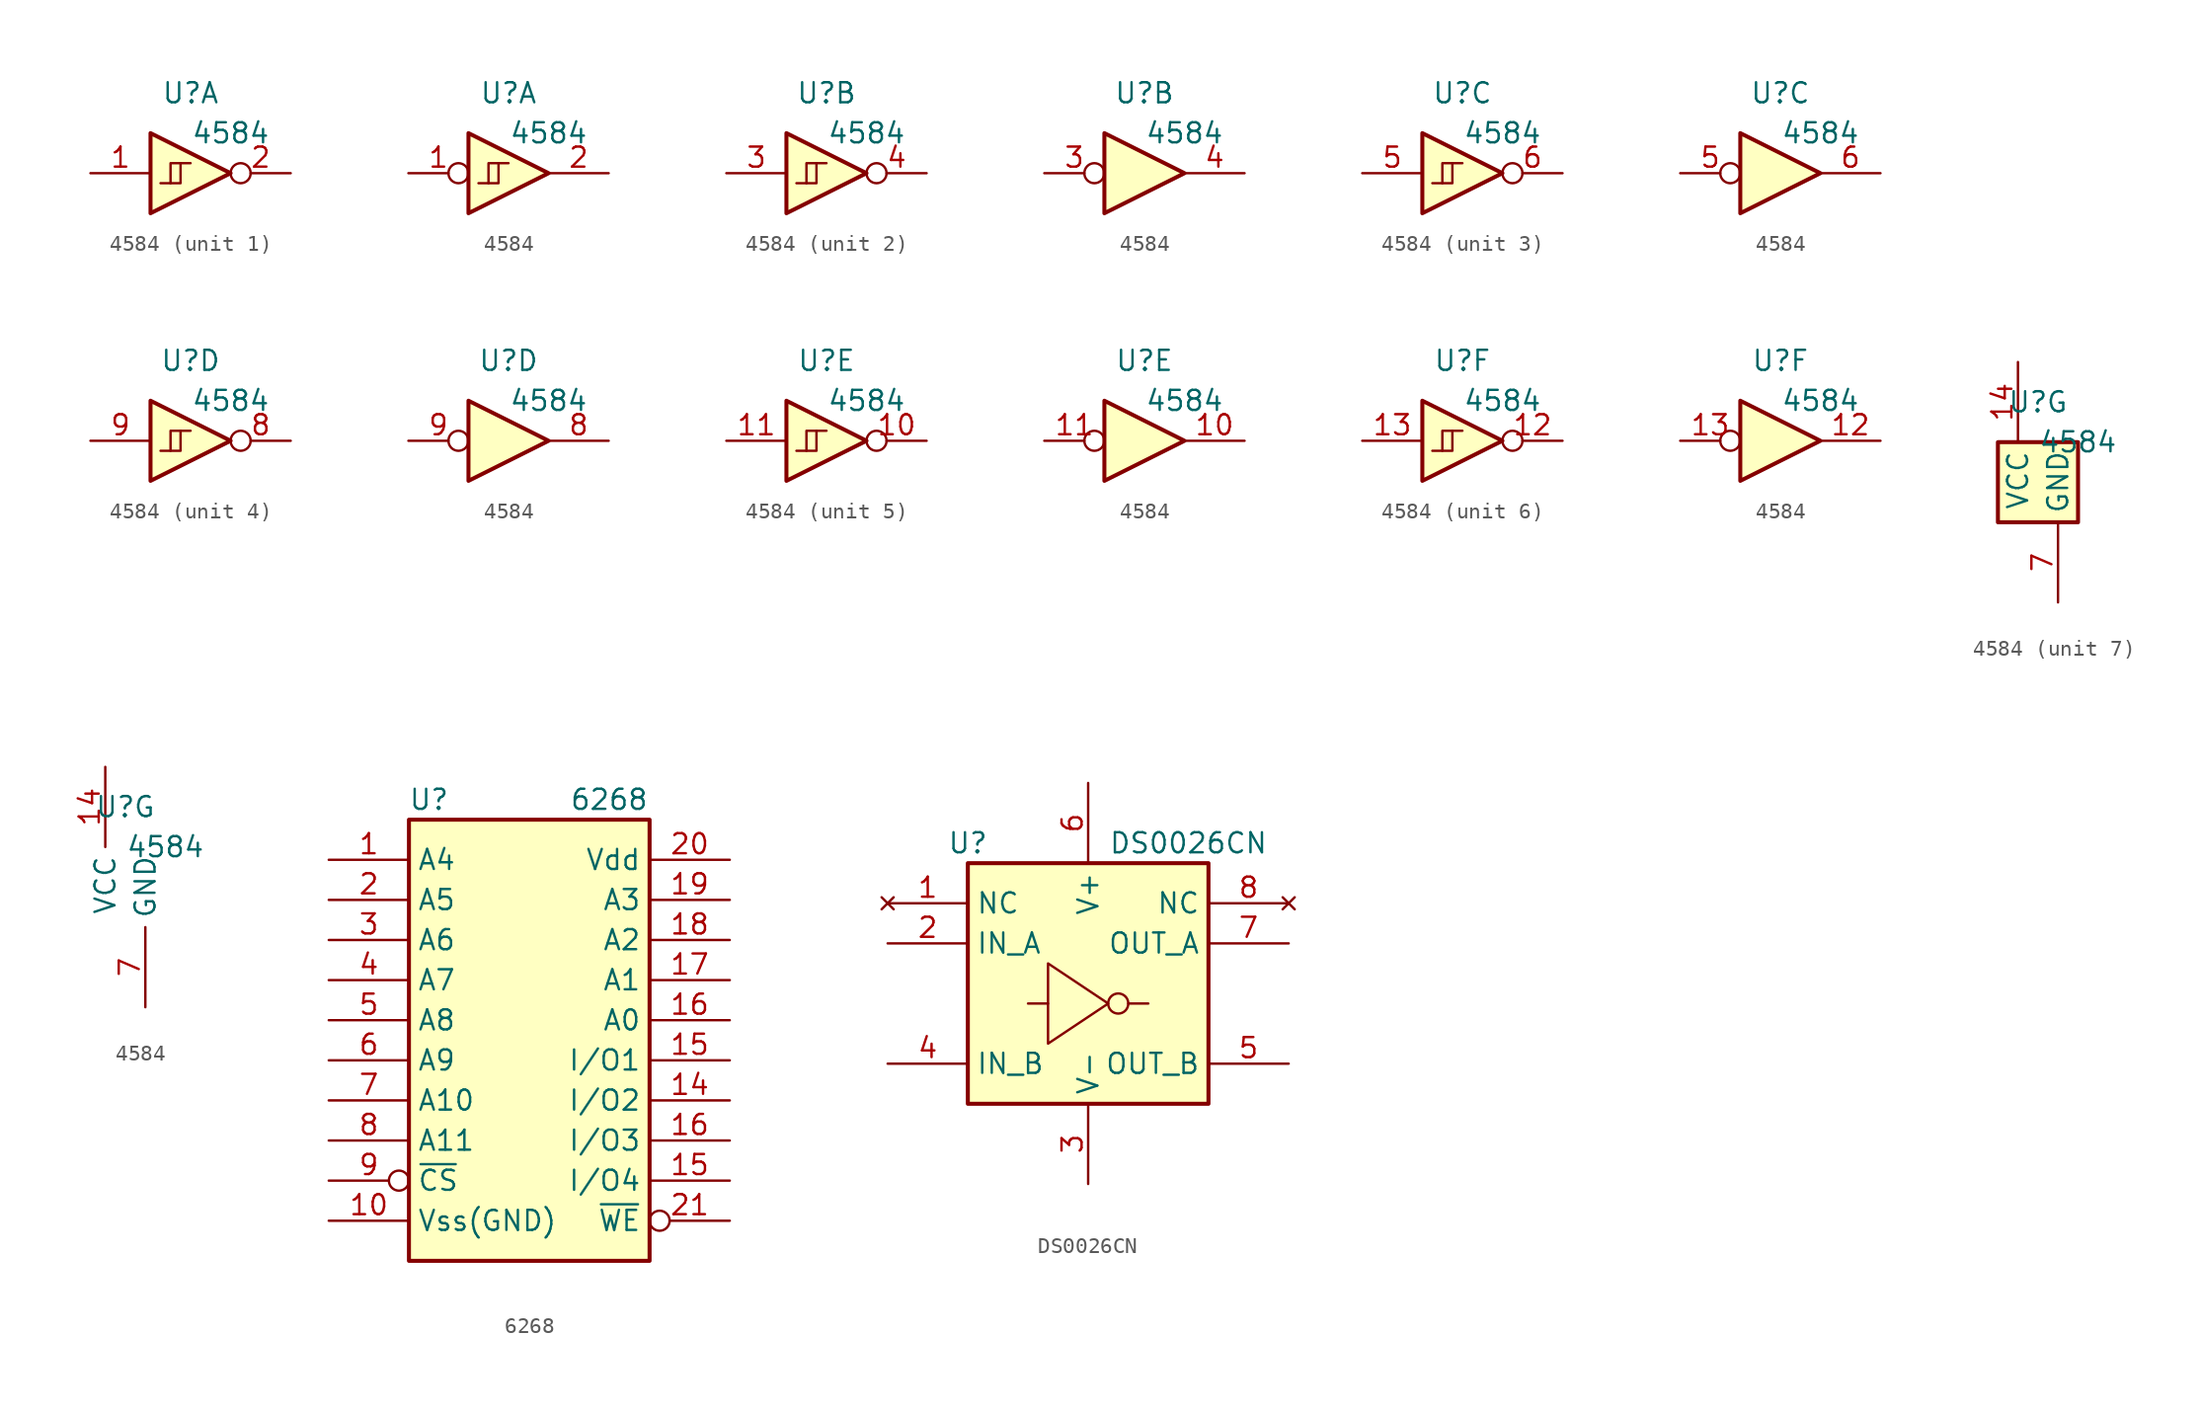
<source format=kicad_sym>
(kicad_symbol_lib
  (version 20220914)
  (generator kicad_symbol_editor)
  (symbol "4584"
    (property "Reference" "U"
      (at 0 5.08 0)
      (effects (font (size 1.27 1.27))))
    (property "Value" "4584"
      (at 2.54 2.54 0)
      (effects (font (size 1.27 1.27))))
    (property "ki_locked" ""
      (at 0 0 0)
      (effects (font (size 1.27 1.27))))
    (symbol "4584_1_0"
      (polyline (pts (xy -0.635 0.635) (xy -0.635 -0.635) (xy -1.905 -0.635)) (stroke (width 0) (type default)) (fill (type none)))
      (polyline (pts (xy 0 0.635) (xy -1.27 0.635) (xy -1.27 -0.635)) (stroke (width 0) (type default)) (fill (type none)))
      (polyline (pts (xy -2.54 2.54) (xy -2.54 -2.54) (xy 2.54 0) (xy -2.54 2.54)) (stroke (width 0.254) (type default)) (fill (type background))))
    (symbol "4584_1_1"
      (pin input line (at -6.35 0 0) (length 3.81) (name "~" (effects (font (size 1.27 1.27)))) (number "1" (effects (font (size 1.27 1.27)))))
      (pin output inverted (at 6.35 0 180) (length 3.81) (name "~" (effects (font (size 1.27 1.27)))) (number "2" (effects (font (size 1.27 1.27))))))
    (symbol "4584_1_2"
      (pin input inverted (at -6.35 0 0) (length 3.81) (name "~" (effects (font (size 1.27 1.27)))) (number "1" (effects (font (size 1.27 1.27)))))
      (pin output line (at 6.35 0 180) (length 3.81) (name "~" (effects (font (size 1.27 1.27)))) (number "2" (effects (font (size 1.27 1.27))))))
    (symbol "4584_2_0"
      (polyline (pts (xy -2.54 2.54) (xy -2.54 -2.54) (xy 2.54 0) (xy -2.54 2.54)) (stroke (width 0.254) (type default)) (fill (type background))))
    (symbol "4584_2_1"
      (polyline (pts (xy -0.635 0.635) (xy -0.635 -0.635) (xy -1.905 -0.635)) (stroke (width 0) (type default)) (fill (type none)))
      (polyline (pts (xy 0 0.635) (xy -1.27 0.635) (xy -1.27 -0.635)) (stroke (width 0) (type default)) (fill (type none)))
      (pin input line (at -6.35 0 0) (length 3.81) (name "~" (effects (font (size 1.27 1.27)))) (number "3" (effects (font (size 1.27 1.27)))))
      (pin output inverted (at 6.35 0 180) (length 3.81) (name "~" (effects (font (size 1.27 1.27)))) (number "4" (effects (font (size 1.27 1.27))))))
    (symbol "4584_2_2"
      (pin input inverted (at -6.35 0 0) (length 3.81) (name "~" (effects (font (size 1.27 1.27)))) (number "3" (effects (font (size 1.27 1.27)))))
      (pin output line (at 6.35 0 180) (length 3.81) (name "~" (effects (font (size 1.27 1.27)))) (number "4" (effects (font (size 1.27 1.27))))))
    (symbol "4584_3_0"
      (polyline (pts (xy -2.54 2.54) (xy -2.54 -2.54) (xy 2.54 0) (xy -2.54 2.54)) (stroke (width 0.254) (type default)) (fill (type background))))
    (symbol "4584_3_1"
      (polyline (pts (xy -0.635 0.635) (xy -0.635 -0.635) (xy -1.905 -0.635)) (stroke (width 0) (type default)) (fill (type none)))
      (polyline (pts (xy 0 0.635) (xy -1.27 0.635) (xy -1.27 -0.635)) (stroke (width 0) (type default)) (fill (type none)))
      (pin input line (at -6.35 0 0) (length 3.81) (name "~" (effects (font (size 1.27 1.27)))) (number "5" (effects (font (size 1.27 1.27)))))
      (pin output inverted (at 6.35 0 180) (length 3.81) (name "~" (effects (font (size 1.27 1.27)))) (number "6" (effects (font (size 1.27 1.27))))))
    (symbol "4584_3_2"
      (pin input inverted (at -6.35 0 0) (length 3.81) (name "~" (effects (font (size 1.27 1.27)))) (number "5" (effects (font (size 1.27 1.27)))))
      (pin output line (at 6.35 0 180) (length 3.81) (name "~" (effects (font (size 1.27 1.27)))) (number "6" (effects (font (size 1.27 1.27))))))
    (symbol "4584_4_0"
      (polyline (pts (xy -2.54 2.54) (xy -2.54 -2.54) (xy 2.54 0) (xy -2.54 2.54)) (stroke (width 0.254) (type default)) (fill (type background))))
    (symbol "4584_4_1"
      (polyline (pts (xy -0.635 0.635) (xy -0.635 -0.635) (xy -1.905 -0.635)) (stroke (width 0) (type default)) (fill (type none)))
      (polyline (pts (xy 0 0.635) (xy -1.27 0.635) (xy -1.27 -0.635)) (stroke (width 0) (type default)) (fill (type none)))
      (pin output inverted (at 6.35 0 180) (length 3.81) (name "~" (effects (font (size 1.27 1.27)))) (number "8" (effects (font (size 1.27 1.27)))))
      (pin input line (at -6.35 0 0) (length 3.81) (name "~" (effects (font (size 1.27 1.27)))) (number "9" (effects (font (size 1.27 1.27))))))
    (symbol "4584_4_2"
      (pin output line (at 6.35 0 180) (length 3.81) (name "~" (effects (font (size 1.27 1.27)))) (number "8" (effects (font (size 1.27 1.27)))))
      (pin input inverted (at -6.35 0 0) (length 3.81) (name "~" (effects (font (size 1.27 1.27)))) (number "9" (effects (font (size 1.27 1.27))))))
    (symbol "4584_5_0"
      (polyline (pts (xy -2.54 2.54) (xy -2.54 -2.54) (xy 2.54 0) (xy -2.54 2.54)) (stroke (width 0.254) (type default)) (fill (type background))))
    (symbol "4584_5_1"
      (polyline (pts (xy -0.635 0.635) (xy -0.635 -0.635) (xy -1.905 -0.635)) (stroke (width 0) (type default)) (fill (type none)))
      (polyline (pts (xy 0 0.635) (xy -1.27 0.635) (xy -1.27 -0.635)) (stroke (width 0) (type default)) (fill (type none)))
      (pin output inverted (at 6.35 0 180) (length 3.81) (name "~" (effects (font (size 1.27 1.27)))) (number "10" (effects (font (size 1.27 1.27)))))
      (pin input line (at -6.35 0 0) (length 3.81) (name "~" (effects (font (size 1.27 1.27)))) (number "11" (effects (font (size 1.27 1.27))))))
    (symbol "4584_5_2"
      (pin output line (at 6.35 0 180) (length 3.81) (name "~" (effects (font (size 1.27 1.27)))) (number "10" (effects (font (size 1.27 1.27)))))
      (pin input inverted (at -6.35 0 0) (length 3.81) (name "~" (effects (font (size 1.27 1.27)))) (number "11" (effects (font (size 1.27 1.27))))))
    (symbol "4584_6_0"
      (polyline (pts (xy -2.54 2.54) (xy -2.54 -2.54) (xy 2.54 0) (xy -2.54 2.54)) (stroke (width 0.254) (type default)) (fill (type background))))
    (symbol "4584_6_1"
      (polyline (pts (xy -0.635 0.635) (xy -0.635 -0.635) (xy -1.905 -0.635)) (stroke (width 0) (type default)) (fill (type none)))
      (polyline (pts (xy 0 0.635) (xy -1.27 0.635) (xy -1.27 -0.635)) (stroke (width 0) (type default)) (fill (type none)))
      (pin output inverted (at 6.35 0 180) (length 3.81) (name "~" (effects (font (size 1.27 1.27)))) (number "12" (effects (font (size 1.27 1.27)))))
      (pin input line (at -6.35 0 0) (length 3.81) (name "~" (effects (font (size 1.27 1.27)))) (number "13" (effects (font (size 1.27 1.27))))))
    (symbol "4584_6_2"
      (pin output line (at 6.35 0 180) (length 3.81) (name "~" (effects (font (size 1.27 1.27)))) (number "12" (effects (font (size 1.27 1.27)))))
      (pin input inverted (at -6.35 0 0) (length 3.81) (name "~" (effects (font (size 1.27 1.27)))) (number "13" (effects (font (size 1.27 1.27))))))
    (symbol "4584_7_0"
      (pin power_in line (at -1.27 7.62 270) (length 5.08) (name "VCC" (effects (font (size 1.27 1.27)))) (number "14" (effects (font (size 1.27 1.27)))))
      (pin power_in line (at 1.27 -7.62 90) (length 5.08) (name "GND" (effects (font (size 1.27 1.27)))) (number "7" (effects (font (size 1.27 1.27))))))
    (symbol "4584_7_1"
      (rectangle (start -2.54 2.54) (end 2.54 -2.54) (stroke (width 0.254) (type default)) (fill (type background)))))
  (symbol "6268"
    (property "Reference" "U"
      (at -6.35 13.97 0)
      (effects (font (size 1.27 1.27))))
    (property "Value" "6268"
      (at 2.54 13.97 0)
      (effects (font (size 1.27 1.27)) (justify left)))
    (symbol "6268_1_1"
      (rectangle (start -7.62 12.7) (end 7.62 -15.24) (stroke (width 0.254) (type default)) (fill (type background)))
      (pin input line (at -12.7 10.16 0) (length 5.08) (name "A4" (effects (font (size 1.27 1.27)))) (number "1" (effects (font (size 1.27 1.27)))))
      (pin power_in line (at -12.7 -12.7 0) (length 5.08) (name "Vss(GND)" (effects (font (size 1.27 1.27)))) (number "10" (effects (font (size 1.27 1.27)))))
      (pin tri_state line (at 12.7 -5.08 180) (length 5.08) (name "I/O2" (effects (font (size 1.27 1.27)))) (number "14" (effects (font (size 1.27 1.27)))))
      (pin tri_state line (at 12.7 -2.54 180) (length 5.08) (name "I/O1" (effects (font (size 1.27 1.27)))) (number "15" (effects (font (size 1.27 1.27)))))
      (pin tri_state line (at 12.7 -10.16 180) (length 5.08) (name "I/O4" (effects (font (size 1.27 1.27)))) (number "15" (effects (font (size 1.27 1.27)))))
      (pin input line (at 12.7 0 180) (length 5.08) (name "A0" (effects (font (size 1.27 1.27)))) (number "16" (effects (font (size 1.27 1.27)))))
      (pin tri_state line (at 12.7 -7.62 180) (length 5.08) (name "I/O3" (effects (font (size 1.27 1.27)))) (number "16" (effects (font (size 1.27 1.27)))))
      (pin input line (at 12.7 2.54 180) (length 5.08) (name "A1" (effects (font (size 1.27 1.27)))) (number "17" (effects (font (size 1.27 1.27)))))
      (pin input line (at 12.7 5.08 180) (length 5.08) (name "A2" (effects (font (size 1.27 1.27)))) (number "18" (effects (font (size 1.27 1.27)))))
      (pin input line (at 12.7 7.62 180) (length 5.08) (name "A3" (effects (font (size 1.27 1.27)))) (number "19" (effects (font (size 1.27 1.27)))))
      (pin input line (at -12.7 7.62 0) (length 5.08) (name "A5" (effects (font (size 1.27 1.27)))) (number "2" (effects (font (size 1.27 1.27)))))
      (pin power_in line (at 12.7 10.16 180) (length 5.08) (name "Vdd" (effects (font (size 1.27 1.27)))) (number "20" (effects (font (size 1.27 1.27)))))
      (pin input inverted (at 12.7 -12.7 180) (length 5.08) (name "~{WE}" (effects (font (size 1.27 1.27)))) (number "21" (effects (font (size 1.27 1.27)))))
      (pin input line (at -12.7 5.08 0) (length 5.08) (name "A6" (effects (font (size 1.27 1.27)))) (number "3" (effects (font (size 1.27 1.27)))))
      (pin input line (at -12.7 2.54 0) (length 5.08) (name "A7" (effects (font (size 1.27 1.27)))) (number "4" (effects (font (size 1.27 1.27)))))
      (pin input line (at -12.7 0 0) (length 5.08) (name "A8" (effects (font (size 1.27 1.27)))) (number "5" (effects (font (size 1.27 1.27)))))
      (pin input line (at -12.7 -2.54 0) (length 5.08) (name "A9" (effects (font (size 1.27 1.27)))) (number "6" (effects (font (size 1.27 1.27)))))
      (pin input line (at -12.7 -5.08 0) (length 5.08) (name "A10" (effects (font (size 1.27 1.27)))) (number "7" (effects (font (size 1.27 1.27)))))
      (pin input line (at -12.7 -7.62 0) (length 5.08) (name "A11" (effects (font (size 1.27 1.27)))) (number "8" (effects (font (size 1.27 1.27)))))
      (pin input inverted (at -12.7 -10.16 0) (length 5.08) (name "~{CS}" (effects (font (size 1.27 1.27)))) (number "9" (effects (font (size 1.27 1.27)))))))
  (symbol "DS0026CN"
    (property "Reference" "U"
      (at -7.62 -11.43 0)
      (effects (font (size 1.27 1.27))))
    (property "Value" "DS0026CN"
      (at 6.35 -11.43 0)
      (effects (font (size 1.27 1.27))))
    (symbol "DS0026CN_0_1"
      (circle (center 1.905 -21.59) (radius 0.637) (stroke (width 0) (type default)) (fill (type none))))
    (symbol "DS0026CN_1_0"
      (pin no_connect line (at -12.7 -15.24 0) (length 5.08) (name "NC" (effects (font (size 1.27 1.27)))) (number "1" (effects (font (size 1.27 1.27)))))
      (pin input line (at -12.7 -17.78 0) (length 5.08) (name "IN_A" (effects (font (size 1.27 1.27)))) (number "2" (effects (font (size 1.27 1.27)))))
      (pin power_in line (at 0 -33.02 90) (length 5.08) (name "V-" (effects (font (size 1.27 1.27)))) (number "3" (effects (font (size 1.27 1.27)))))
      (pin input line (at -12.7 -25.4 0) (length 5.08) (name "IN_B" (effects (font (size 1.27 1.27)))) (number "4" (effects (font (size 1.27 1.27)))))
      (pin output line (at 12.7 -25.4 180) (length 5.08) (name "OUT_B" (effects (font (size 1.27 1.27)))) (number "5" (effects (font (size 1.27 1.27)))))
      (pin power_in line (at 0 -7.62 270) (length 5.08) (name "V+" (effects (font (size 1.27 1.27)))) (number "6" (effects (font (size 1.27 1.27)))))
      (pin output line (at 12.7 -17.78 180) (length 5.08) (name "OUT_A" (effects (font (size 1.27 1.27)))) (number "7" (effects (font (size 1.27 1.27)))))
      (pin no_connect line (at 12.7 -15.24 180) (length 5.08) (name "NC" (effects (font (size 1.27 1.27)))) (number "8" (effects (font (size 1.27 1.27))))))
    (symbol "DS0026CN_1_1"
      (rectangle (start -7.62 -12.7) (end 7.62 -27.94) (stroke (width 0.254) (type default)) (fill (type background)))
      (polyline (pts (xy -2.54 -21.59) (xy -3.81 -21.59)) (stroke (width 0) (type default)) (fill (type none)))
      (polyline (pts (xy 2.54 -21.59) (xy 3.81 -21.59)) (stroke (width 0) (type default)) (fill (type none)))
      (polyline (pts (xy 1.27 -21.59) (xy -2.54 -19.05) (xy -2.54 -24.13) (xy 1.27 -21.59)) (stroke (width 0) (type default)) (fill (type none))))))
</source>
